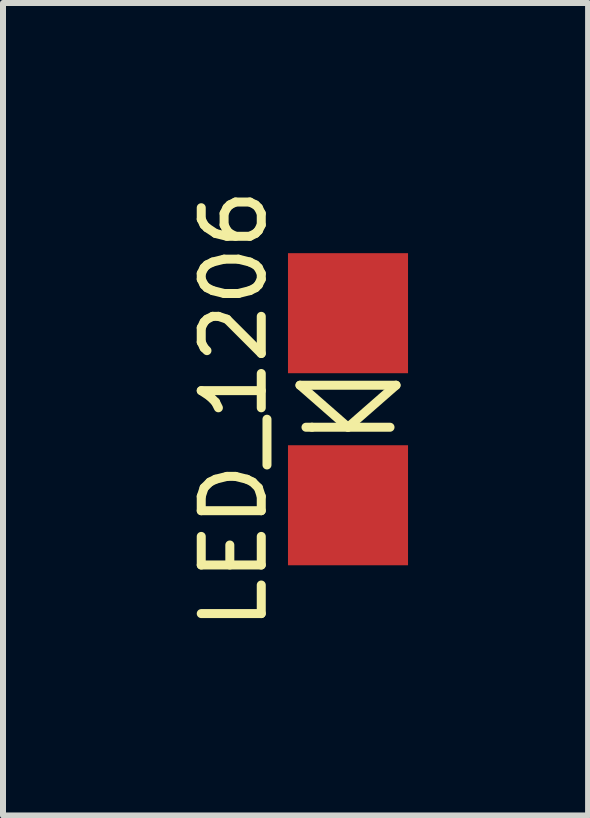
<source format=kicad_pcb>
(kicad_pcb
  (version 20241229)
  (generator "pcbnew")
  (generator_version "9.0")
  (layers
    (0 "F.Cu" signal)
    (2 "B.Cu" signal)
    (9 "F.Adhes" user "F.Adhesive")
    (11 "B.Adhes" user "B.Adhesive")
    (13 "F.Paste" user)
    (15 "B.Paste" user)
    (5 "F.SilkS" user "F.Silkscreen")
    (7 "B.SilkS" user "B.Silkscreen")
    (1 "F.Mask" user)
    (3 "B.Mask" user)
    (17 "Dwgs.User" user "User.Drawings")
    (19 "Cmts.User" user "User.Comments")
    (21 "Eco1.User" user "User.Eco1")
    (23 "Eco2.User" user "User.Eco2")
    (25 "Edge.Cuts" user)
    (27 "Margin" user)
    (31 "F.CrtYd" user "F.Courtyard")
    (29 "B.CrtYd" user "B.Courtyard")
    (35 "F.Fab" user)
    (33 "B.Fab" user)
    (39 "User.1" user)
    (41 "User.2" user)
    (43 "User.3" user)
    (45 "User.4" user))
  (footprint "LED_1206"
    (layer "F.Cu")
    (at 2.748 3.768)
    (property "Reference" "LED_1206" (at -1.9 0 90) (layer "F.SilkS") (effects (font (size 1 1) (thickness 0.15))))
    (attr through_hole)
    (fp_line (start -0.8 -0.4) (end 0 0.3) (stroke (width 0.15) (type solid)) (layer "F.SilkS"))
    (fp_line (start -0.8 -0.4) (end 0.8 -0.4) (stroke (width 0.15) (type solid)) (layer "F.SilkS"))
    (fp_line (start -0.6 0.3) (end -0.7 0.3) (stroke (width 0.15) (type solid)) (layer "F.SilkS"))
    (fp_line (start 0 0.3) (end 0.8 -0.4) (stroke (width 0.15) (type solid)) (layer "F.SilkS"))
    (fp_line (start 0.7 0.3) (end -0.6 0.3) (stroke (width 0.15) (type solid)) (layer "F.SilkS"))
    (pad "A" smd rect (at 0 -1.6) (size 2 2) (layers "F.Cu" "F.Mask" "F.Paste"))
    (pad "C" smd rect (at 0 1.6) (size 2 2) (layers "F.Cu" "F.Mask" "F.Paste")))
  (gr_rect
    (start -3 -3)
    (end 6.748 10.536)
    (stroke (width 0.1) (type default))
    (fill no)
    (layer "Edge.Cuts")))
</source>
